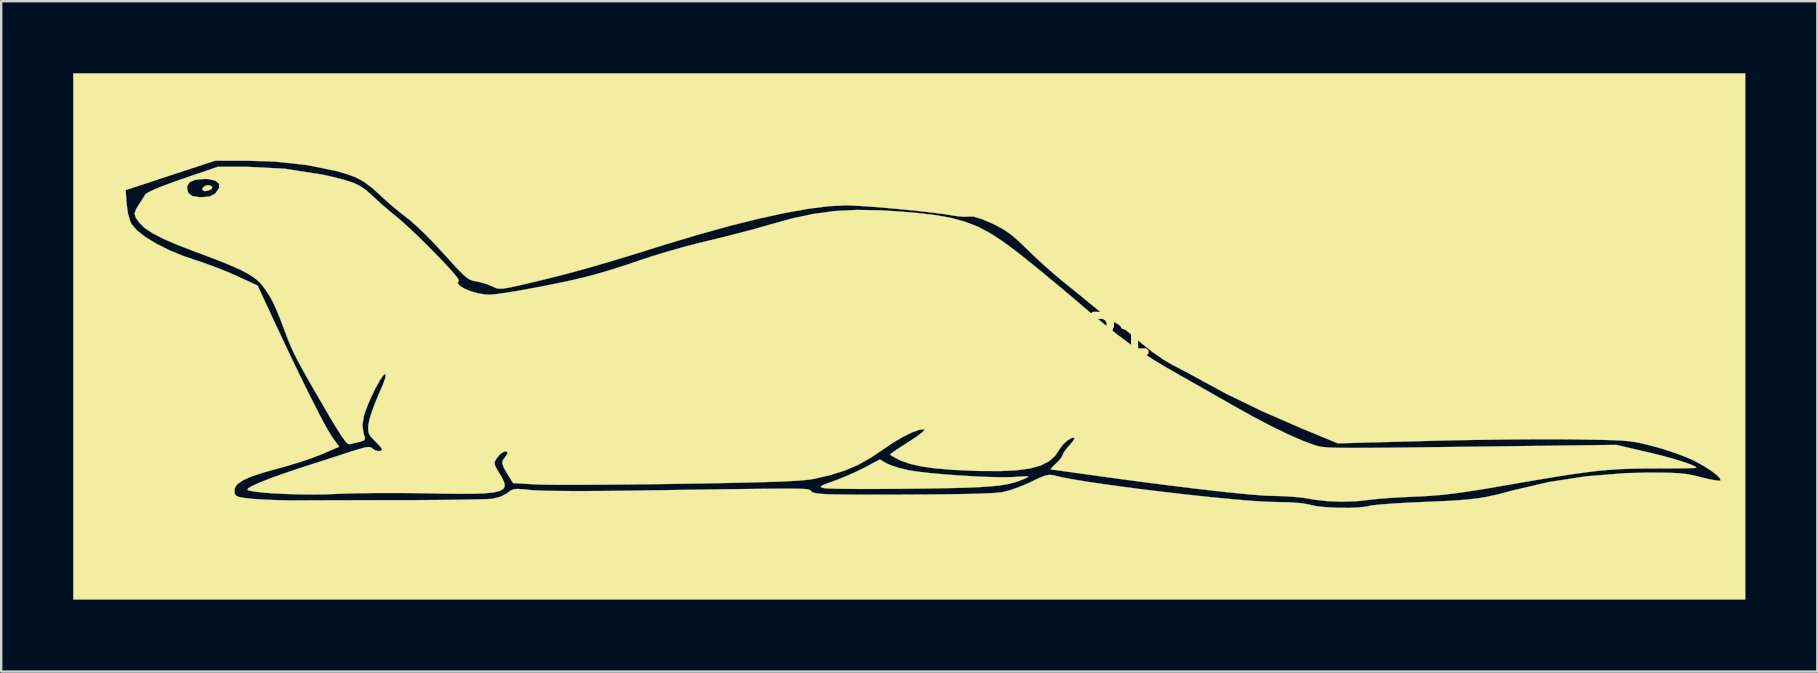
<source format=kicad_pcb>
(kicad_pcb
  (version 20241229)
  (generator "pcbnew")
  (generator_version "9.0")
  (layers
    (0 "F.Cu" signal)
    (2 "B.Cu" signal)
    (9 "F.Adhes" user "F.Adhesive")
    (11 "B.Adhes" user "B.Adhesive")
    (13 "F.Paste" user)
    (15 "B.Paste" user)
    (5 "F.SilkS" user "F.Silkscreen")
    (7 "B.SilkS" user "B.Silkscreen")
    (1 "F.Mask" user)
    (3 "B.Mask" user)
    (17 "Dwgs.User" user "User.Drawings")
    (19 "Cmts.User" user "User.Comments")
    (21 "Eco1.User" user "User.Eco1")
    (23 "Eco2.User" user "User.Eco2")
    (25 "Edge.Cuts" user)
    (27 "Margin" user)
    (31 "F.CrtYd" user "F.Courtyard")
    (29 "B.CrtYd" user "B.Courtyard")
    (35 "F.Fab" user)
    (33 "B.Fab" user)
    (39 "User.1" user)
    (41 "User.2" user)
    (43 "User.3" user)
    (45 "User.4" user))
  (footprint "otter_laying_6921"
    (layer "F.Cu")
    (at 34.803 10.927)
    (property "Reference" "otter_laying_6921" (at 0 0 0) (layer "F.SilkS") (effects (font (size 1.524 1.524) (thickness 0.3))))
    (attr through_hole)
    (fp_poly (pts (xy -29.005 -6.191) (xy -29.004 -6.19) (xy -29.028 -6.105) (xy -29.166 -6.036) (xy -29.341 -6.011) (xy -29.42 -6.069) (xy -29.41 -6.138) (xy -29.298 -6.24) (xy -29.132 -6.261) (xy -29.005 -6.191)) (stroke (width 0.01) (type solid)) (fill yes) (layer "F.SilkS"))
    (fp_poly (pts (xy -0.91 5.331) (xy -0.688 5.427) (xy -0.368 5.529) (xy -0.015 5.614) (xy 0 5.617) (xy 0.389 5.679) (xy 0.906 5.739) (xy 1.509 5.794) (xy 2.156 5.841) (xy 2.808 5.879) (xy 3.423 5.903) (xy 3.959 5.913) (xy 4.376 5.904) (xy 4.435 5.9) (xy 4.77 5.878) (xy 4.954 5.872) (xy 5.008 5.887) (xy 4.95 5.926) (xy 4.826 5.983) (xy 4.61 6.07) (xy 4.383 6.144) (xy 4.127 6.204) (xy 3.825 6.253) (xy 3.458 6.292) (xy 3.009 6.322) (xy 2.461 6.346) (xy 1.796 6.364) (xy 0.996 6.379) (xy 0.085 6.39) (xy -0.661 6.397) (xy -1.363 6.4) (xy -1.999 6.4) (xy -2.55 6.397) (xy -2.996 6.391) (xy -3.318 6.381) (xy -3.495 6.369) (xy -3.514 6.366) (xy -3.625 6.332) (xy -3.647 6.295) (xy -3.561 6.242) (xy -3.348 6.158) (xy -3.09 6.066) (xy -2.665 5.901) (xy -2.202 5.697) (xy -1.8 5.5) (xy -1.799 5.499) (xy -1.184 5.171) (xy -0.91 5.331)) (stroke (width 0.01) (type solid)) (fill yes) (layer "F.SilkS"))
    (fp_poly (pts (xy 34.883 11.007) (xy -34.798 11.007) (xy -34.798 -6.054) (xy -32.616 -6.054) (xy -32.576 -5.489) (xy -32.52 -5.083) (xy -32.423 -4.748) (xy -32.372 -4.642) (xy -32.15 -4.38) (xy -31.791 -4.098) (xy -31.324 -3.813) (xy -30.776 -3.54) (xy -30.175 -3.296) (xy -29.825 -3.178) (xy -29.324 -3.009) (xy -28.774 -2.805) (xy -28.256 -2.595) (xy -27.973 -2.471) (xy -27.117 -2.074) (xy -26.408 -0.55) (xy -25.963 0.398) (xy -25.546 1.274) (xy -25.161 2.065) (xy -24.815 2.758) (xy -24.516 3.341) (xy -24.269 3.802) (xy -24.08 4.127) (xy -24.001 4.247) (xy -23.718 4.641) (xy -24.439 4.951) (xy -24.819 5.099) (xy -25.298 5.263) (xy -25.812 5.422) (xy -26.233 5.539) (xy -26.884 5.719) (xy -27.381 5.885) (xy -27.736 6.044) (xy -27.962 6.203) (xy -28.072 6.371) (xy -28.08 6.554) (xy -28.066 6.608) (xy -28.015 6.682) (xy -27.896 6.735) (xy -27.68 6.775) (xy -27.334 6.811) (xy -27.196 6.822) (xy -26.734 6.85) (xy -26.191 6.87) (xy -25.658 6.879) (xy -25.442 6.879) (xy -25.146 6.877) (xy -24.706 6.875) (xy -24.146 6.873) (xy -23.492 6.872) (xy -22.77 6.87) (xy -22.004 6.868) (xy -21.219 6.867) (xy -21.124 6.867) (xy -20.366 6.865) (xy -19.646 6.86) (xy -18.986 6.854) (xy -18.407 6.845) (xy -17.929 6.835) (xy -17.573 6.825) (xy -17.36 6.813) (xy -17.332 6.81) (xy -16.996 6.725) (xy -16.72 6.582) (xy -16.694 6.561) (xy -16.566 6.464) (xy -16.442 6.412) (xy -16.272 6.399) (xy -16.01 6.418) (xy -15.787 6.443) (xy -15.544 6.46) (xy -15.156 6.474) (xy -14.645 6.483) (xy -14.035 6.488) (xy -13.349 6.488) (xy -12.611 6.484) (xy -11.896 6.476) (xy -10.577 6.457) (xy -9.418 6.44) (xy -8.407 6.425) (xy -7.535 6.413) (xy -6.79 6.403) (xy -6.163 6.396) (xy -5.643 6.391) (xy -5.22 6.389) (xy -4.883 6.389) (xy -4.622 6.392) (xy -4.426 6.397) (xy -4.286 6.406) (xy -4.191 6.416) (xy -4.13 6.43) (xy -4.094 6.447) (xy -4.071 6.466) (xy -4.051 6.488) (xy -4.034 6.506) (xy -3.982 6.54) (xy -3.902 6.568) (xy -3.776 6.591) (xy -3.591 6.608) (xy -3.331 6.621) (xy -2.98 6.63) (xy -2.524 6.636) (xy -1.946 6.639) (xy -1.232 6.639) (xy -0.366 6.638) (xy -0.224 6.637) (xy 0.792 6.632) (xy 1.683 6.623) (xy 2.442 6.61) (xy 3.061 6.592) (xy 3.531 6.571) (xy 3.844 6.546) (xy 3.937 6.532) (xy 4.258 6.447) (xy 4.653 6.307) (xy 5.048 6.139) (xy 5.131 6.099) (xy 5.471 5.937) (xy 5.706 5.845) (xy 5.878 5.812) (xy 6.03 5.826) (xy 6.104 5.845) (xy 6.415 5.918) (xy 6.872 6.003) (xy 7.451 6.098) (xy 8.13 6.198) (xy 8.884 6.303) (xy 9.692 6.408) (xy 10.53 6.511) (xy 11.374 6.609) (xy 12.202 6.7) (xy 12.991 6.78) (xy 13.717 6.848) (xy 14.357 6.899) (xy 14.888 6.932) (xy 15.282 6.944) (xy 15.899 6.957) (xy 16.386 6.994) (xy 16.726 7.054) (xy 16.764 7.065) (xy 17.05 7.124) (xy 17.448 7.164) (xy 17.905 7.186) (xy 18.372 7.188) (xy 18.795 7.17) (xy 19.123 7.13) (xy 19.22 7.107) (xy 19.387 7.079) (xy 19.696 7.047) (xy 20.118 7.015) (xy 20.626 6.984) (xy 21.192 6.955) (xy 21.548 6.94) (xy 22.265 6.91) (xy 22.847 6.878) (xy 23.331 6.839) (xy 23.751 6.789) (xy 24.142 6.722) (xy 24.54 6.635) (xy 24.979 6.522) (xy 25.231 6.453) (xy 26.704 6.111) (xy 28.267 5.872) (xy 29.871 5.743) (xy 30.776 5.72) (xy 31.353 5.721) (xy 31.797 5.729) (xy 32.147 5.748) (xy 32.44 5.781) (xy 32.714 5.831) (xy 33.006 5.902) (xy 33.048 5.913) (xy 33.383 5.994) (xy 33.653 6.045) (xy 33.82 6.061) (xy 33.852 6.053) (xy 33.835 5.963) (xy 33.693 5.816) (xy 33.45 5.633) (xy 33.134 5.432) (xy 32.769 5.232) (xy 32.716 5.206) (xy 32.374 5.057) (xy 31.932 4.893) (xy 31.451 4.737) (xy 31.1 4.636) (xy 30.805 4.558) (xy 30.552 4.497) (xy 30.315 4.45) (xy 30.069 4.415) (xy 29.787 4.389) (xy 29.444 4.371) (xy 29.012 4.357) (xy 28.467 4.347) (xy 27.782 4.336) (xy 27.686 4.335) (xy 27.046 4.33) (xy 26.272 4.33) (xy 25.401 4.335) (xy 24.469 4.345) (xy 23.511 4.359) (xy 22.564 4.377) (xy 21.664 4.398) (xy 21.587 4.401) (xy 17.902 4.5) (xy 16.371 3.867) (xy 14.734 3.154) (xy 13.261 2.438) (xy 12.294 1.915) (xy 11.89 1.692) (xy 11.441 1.451) (xy 11.038 1.243) (xy 11.012 1.23) (xy 10.621 1.001) (xy 10.175 0.691) (xy 9.735 0.34) (xy 9.65 0.266) (xy 9.333 -0.006) (xy 9.036 -0.246) (xy 8.798 -0.425) (xy 8.671 -0.505) (xy 8.501 -0.612) (xy 8.243 -0.798) (xy 7.938 -1.033) (xy 7.747 -1.188) (xy 7.357 -1.508) (xy 6.915 -1.868) (xy 6.501 -2.203) (xy 6.392 -2.291) (xy 6.045 -2.583) (xy 5.637 -2.945) (xy 5.226 -3.325) (xy 4.953 -3.589) (xy 4.583 -3.943) (xy 4.277 -4.204) (xy 3.99 -4.404) (xy 3.675 -4.577) (xy 3.477 -4.672) (xy 3.04 -4.857) (xy 2.729 -4.949) (xy 2.546 -4.954) (xy 2.339 -4.943) (xy 2.049 -4.966) (xy 1.863 -4.995) (xy 1.512 -5.052) (xy 1.031 -5.114) (xy 0.46 -5.179) (xy -0.164 -5.243) (xy -0.8 -5.302) (xy -1.41 -5.353) (xy -1.956 -5.391) (xy -2.398 -5.414) (xy -2.612 -5.419) (xy -3.313 -5.383) (xy -4.157 -5.277) (xy -5.133 -5.103) (xy -6.231 -4.864) (xy -7.442 -4.562) (xy -8.754 -4.198) (xy -10.157 -3.776) (xy -10.435 -3.689) (xy -11.523 -3.349) (xy -12.486 -3.058) (xy -13.356 -2.806) (xy -14.167 -2.584) (xy -14.952 -2.382) (xy -15.745 -2.191) (xy -15.821 -2.173) (xy -16.293 -2.064) (xy -16.631 -1.992) (xy -16.866 -1.952) (xy -17.029 -1.943) (xy -17.152 -1.963) (xy -17.264 -2.007) (xy -17.335 -2.042) (xy -17.619 -2.155) (xy -17.943 -2.239) (xy -18.007 -2.25) (xy -18.15 -2.279) (xy -18.28 -2.329) (xy -18.419 -2.42) (xy -18.589 -2.57) (xy -18.812 -2.798) (xy -19.109 -3.123) (xy -19.352 -3.393) (xy -19.719 -3.791) (xy -20.096 -4.177) (xy -20.45 -4.518) (xy -20.746 -4.783) (xy -20.877 -4.886) (xy -21.212 -5.147) (xy -21.593 -5.466) (xy -21.944 -5.781) (xy -21.995 -5.829) (xy -22.374 -6.171) (xy -22.707 -6.416) (xy -23.049 -6.597) (xy -23.459 -6.744) (xy -23.865 -6.855) (xy -25.095 -7.104) (xy -26.425 -7.244) (xy -27.589 -7.28) (xy -28.888 -7.281) (xy -30.752 -6.668) (xy -32.616 -6.054) (xy -34.798 -6.054) (xy -34.798 -10.922) (xy 34.883 -10.922) (xy 34.883 11.007)) (stroke (width 0.01) (type solid)) (fill yes) (layer "F.SilkS"))
    (fp_poly (pts (xy -25.998 -6.946) (xy -24.416 -6.7) (xy -23.984 -6.604) (xy -23.499 -6.48) (xy -23.136 -6.362) (xy -22.851 -6.228) (xy -22.6 -6.055) (xy -22.339 -5.824) (xy -22.31 -5.796) (xy -22 -5.511) (xy -21.648 -5.207) (xy -21.421 -5.021) (xy -21.158 -4.801) (xy -20.842 -4.517) (xy -20.493 -4.188) (xy -20.129 -3.833) (xy -19.771 -3.474) (xy -19.436 -3.128) (xy -19.145 -2.817) (xy -18.917 -2.558) (xy -18.77 -2.373) (xy -18.725 -2.281) (xy -18.728 -2.275) (xy -18.778 -2.182) (xy -18.693 -2.069) (xy -18.503 -1.951) (xy -18.24 -1.841) (xy -17.934 -1.753) (xy -17.616 -1.702) (xy -17.447 -1.695) (xy -17.216 -1.713) (xy -16.851 -1.763) (xy -16.384 -1.838) (xy -15.847 -1.933) (xy -15.271 -2.041) (xy -14.689 -2.157) (xy -14.131 -2.275) (xy -13.629 -2.39) (xy -13.398 -2.447) (xy -12.928 -2.575) (xy -12.366 -2.742) (xy -11.779 -2.928) (xy -11.233 -3.112) (xy -11.171 -3.134) (xy -10.659 -3.303) (xy -10.042 -3.491) (xy -9.379 -3.678) (xy -8.733 -3.848) (xy -8.382 -3.933) (xy -7.8 -4.074) (xy -7.19 -4.228) (xy -6.606 -4.381) (xy -6.098 -4.521) (xy -5.821 -4.602) (xy -4.846 -4.873) (xy -3.945 -5.064) (xy -3.069 -5.181) (xy -2.165 -5.228) (xy -1.184 -5.213) (xy -0.508 -5.173) (xy 0.385 -5.1) (xy 1.139 -5.011) (xy 1.785 -4.895) (xy 2.353 -4.742) (xy 2.875 -4.54) (xy 3.379 -4.279) (xy 3.898 -3.946) (xy 4.462 -3.531) (xy 4.855 -3.221) (xy 5.316 -2.849) (xy 5.805 -2.448) (xy 6.276 -2.058) (xy 6.683 -1.717) (xy 6.845 -1.579) (xy 7.559 -0.971) (xy 8.176 -0.459) (xy 8.725 -0.024) (xy 9.232 0.355) (xy 9.725 0.697) (xy 10.23 1.023) (xy 10.777 1.351) (xy 11.303 1.653) (xy 11.757 1.91) (xy 12.298 2.217) (xy 12.867 2.541) (xy 13.404 2.847) (xy 13.547 2.929) (xy 14.383 3.394) (xy 15.166 3.803) (xy 15.873 4.145) (xy 16.48 4.408) (xy 16.849 4.544) (xy 16.94 4.575) (xy 17.025 4.602) (xy 17.113 4.625) (xy 17.218 4.645) (xy 17.349 4.66) (xy 17.519 4.673) (xy 17.74 4.682) (xy 18.022 4.688) (xy 18.377 4.69) (xy 18.817 4.69) (xy 19.354 4.687) (xy 19.998 4.682) (xy 20.761 4.674) (xy 21.655 4.663) (xy 22.691 4.65) (xy 23.881 4.635) (xy 24.342 4.629) (xy 29.506 4.564) (xy 30.811 4.867) (xy 31.362 5.001) (xy 31.86 5.136) (xy 32.28 5.264) (xy 32.6 5.376) (xy 32.797 5.467) (xy 32.851 5.52) (xy 32.77 5.528) (xy 32.545 5.534) (xy 32.201 5.54) (xy 31.761 5.544) (xy 31.252 5.546) (xy 31.094 5.547) (xy 30.567 5.549) (xy 30.09 5.558) (xy 29.641 5.576) (xy 29.197 5.605) (xy 28.736 5.648) (xy 28.235 5.708) (xy 27.671 5.787) (xy 27.021 5.888) (xy 26.263 6.013) (xy 25.373 6.165) (xy 24.807 6.264) (xy 24.01 6.4) (xy 23.344 6.506) (xy 22.774 6.586) (xy 22.266 6.645) (xy 21.785 6.686) (xy 21.296 6.714) (xy 21.082 6.723) (xy 20.567 6.746) (xy 20.069 6.776) (xy 19.631 6.809) (xy 19.297 6.842) (xy 19.177 6.858) (xy 18.646 6.915) (xy 18.043 6.931) (xy 17.438 6.907) (xy 16.901 6.845) (xy 16.722 6.811) (xy 16.421 6.763) (xy 16.012 6.724) (xy 15.556 6.699) (xy 15.24 6.692) (xy 14.861 6.678) (xy 14.327 6.638) (xy 13.649 6.574) (xy 12.838 6.488) (xy 11.907 6.38) (xy 10.867 6.252) (xy 9.73 6.106) (xy 8.508 5.942) (xy 7.211 5.762) (xy 7.182 5.758) (xy 6.749 5.698) (xy 6.379 5.647) (xy 6.102 5.609) (xy 5.95 5.59) (xy 5.931 5.588) (xy 5.961 5.538) (xy 6.084 5.411) (xy 6.162 5.339) (xy 6.33 5.163) (xy 6.426 5.018) (xy 6.435 4.983) (xy 6.49 4.862) (xy 6.628 4.681) (xy 6.704 4.598) (xy 6.854 4.424) (xy 6.925 4.299) (xy 6.923 4.27) (xy 6.818 4.271) (xy 6.653 4.366) (xy 6.475 4.521) (xy 6.331 4.7) (xy 6.306 4.744) (xy 6.116 5.027) (xy 5.859 5.252) (xy 5.52 5.424) (xy 5.082 5.546) (xy 4.53 5.622) (xy 3.848 5.656) (xy 3.02 5.652) (xy 2.757 5.645) (xy 1.887 5.606) (xy 1.166 5.548) (xy 0.577 5.468) (xy 0.101 5.363) (xy -0.282 5.231) (xy -0.415 5.169) (xy -0.621 5.058) (xy -0.745 4.98) (xy -0.762 4.962) (xy -0.695 4.908) (xy -0.514 4.783) (xy -0.247 4.608) (xy 0.021 4.436) (xy 0.362 4.21) (xy 0.585 4.042) (xy 0.678 3.939) (xy 0.662 3.912) (xy 0.458 3.934) (xy 0.153 4.046) (xy -0.223 4.232) (xy -0.638 4.476) (xy -0.998 4.719) (xy -1.571 5.106) (xy -2.101 5.403) (xy -2.643 5.634) (xy -3.251 5.822) (xy -3.895 5.973) (xy -4.065 6.003) (xy -4.284 6.03) (xy -4.565 6.054) (xy -4.92 6.075) (xy -5.363 6.095) (xy -5.908 6.113) (xy -6.567 6.131) (xy -7.354 6.148) (xy -8.282 6.166) (xy -9.364 6.184) (xy -9.525 6.186) (xy -10.464 6.2) (xy -11.378 6.211) (xy -12.251 6.219) (xy -13.062 6.225) (xy -13.793 6.228) (xy -14.425 6.228) (xy -14.939 6.225) (xy -15.316 6.218) (xy -15.494 6.212) (xy -16.468 6.158) (xy -16.701 5.783) (xy -16.856 5.515) (xy -16.919 5.338) (xy -16.896 5.203) (xy -16.793 5.065) (xy -16.705 4.929) (xy -16.704 4.857) (xy -16.83 4.836) (xy -16.996 4.937) (xy -17.151 5.12) (xy -17.226 5.25) (xy -17.24 5.362) (xy -17.182 5.509) (xy -17.043 5.743) (xy -17.029 5.765) (xy -16.905 5.98) (xy -16.831 6.156) (xy -16.82 6.298) (xy -16.885 6.408) (xy -17.037 6.49) (xy -17.289 6.547) (xy -17.654 6.583) (xy -18.143 6.6) (xy -18.768 6.603) (xy -19.544 6.593) (xy -20.108 6.582) (xy -20.816 6.572) (xy -21.55 6.569) (xy -22.27 6.571) (xy -22.933 6.58) (xy -23.499 6.594) (xy -23.834 6.608) (xy -24.333 6.627) (xy -24.877 6.632) (xy -25.437 6.625) (xy -25.985 6.608) (xy -26.492 6.582) (xy -26.931 6.548) (xy -27.273 6.508) (xy -27.489 6.462) (xy -27.544 6.435) (xy -27.509 6.372) (xy -27.328 6.268) (xy -27.018 6.129) (xy -26.595 5.962) (xy -26.075 5.774) (xy -25.475 5.571) (xy -25.273 5.505) (xy -24.764 5.341) (xy -24.215 5.164) (xy -23.695 4.995) (xy -23.309 4.869) (xy -22.916 4.745) (xy -22.652 4.674) (xy -22.487 4.65) (xy -22.39 4.67) (xy -22.346 4.707) (xy -22.217 4.792) (xy -22.06 4.826) (xy -21.947 4.798) (xy -21.929 4.758) (xy -21.985 4.665) (xy -22.128 4.502) (xy -22.232 4.398) (xy -22.416 4.205) (xy -22.498 4.043) (xy -22.51 3.838) (xy -22.501 3.723) (xy -22.451 3.486) (xy -22.344 3.147) (xy -22.197 2.758) (xy -22.077 2.474) (xy -21.9 2.063) (xy -21.8 1.79) (xy -21.775 1.643) (xy -21.806 1.609) (xy -21.893 1.682) (xy -22.024 1.877) (xy -22.18 2.158) (xy -22.344 2.49) (xy -22.498 2.836) (xy -22.624 3.162) (xy -22.691 3.377) (xy -22.749 3.751) (xy -22.698 4.097) (xy -22.643 4.26) (xy -22.66 4.362) (xy -22.819 4.431) (xy -22.875 4.443) (xy -23.112 4.494) (xy -23.29 4.537) (xy -23.292 4.538) (xy -23.366 4.511) (xy -23.479 4.39) (xy -23.641 4.162) (xy -23.861 3.815) (xy -24.147 3.336) (xy -24.277 3.113) (xy -24.651 2.467) (xy -24.952 1.944) (xy -25.19 1.524) (xy -25.378 1.184) (xy -25.526 0.902) (xy -25.646 0.655) (xy -25.749 0.422) (xy -25.847 0.181) (xy -25.951 -0.091) (xy -25.994 -0.204) (xy -26.185 -0.706) (xy -26.34 -1.086) (xy -26.476 -1.381) (xy -26.612 -1.628) (xy -26.765 -1.864) (xy -26.89 -2.04) (xy -27.047 -2.223) (xy -27.25 -2.396) (xy -27.521 -2.57) (xy -27.877 -2.753) (xy -28.338 -2.957) (xy -28.921 -3.189) (xy -29.647 -3.461) (xy -29.702 -3.481) (xy -30.449 -3.767) (xy -31.044 -4.024) (xy -31.5 -4.26) (xy -31.83 -4.48) (xy -32.047 -4.692) (xy -32.054 -4.702) (xy -32.202 -4.919) (xy -32.244 -5.084) (xy -32.179 -5.267) (xy -32.068 -5.447) (xy -31.923 -5.669) (xy -31.809 -5.852) (xy -31.792 -5.879) (xy -31.682 -5.958) (xy -31.431 -6.077) (xy -31.245 -6.152) (xy -30.057 -6.152) (xy -30.008 -5.937) (xy -29.849 -5.81) (xy -29.558 -5.76) (xy -29.447 -5.757) (xy -29.125 -5.788) (xy -28.912 -5.89) (xy -28.871 -5.927) (xy -28.719 -6.145) (xy -28.725 -6.324) (xy -28.88 -6.45) (xy -29.175 -6.514) (xy -29.317 -6.519) (xy -29.709 -6.486) (xy -29.952 -6.383) (xy -30.053 -6.207) (xy -30.057 -6.152) (xy -31.245 -6.152) (xy -31.059 -6.228) (xy -30.586 -6.404) (xy -30.239 -6.525) (xy -28.77 -7.027) (xy -27.592 -7.027) (xy -25.998 -6.946)) (stroke (width 0.01) (type solid)) (fill yes) (layer "F.SilkS")))
  (gr_rect
    (start -3 -3)
    (end 72.691 24.939)
    (stroke (width 0.1) (type default))
    (fill no)
    (layer "Edge.Cuts")))
</source>
